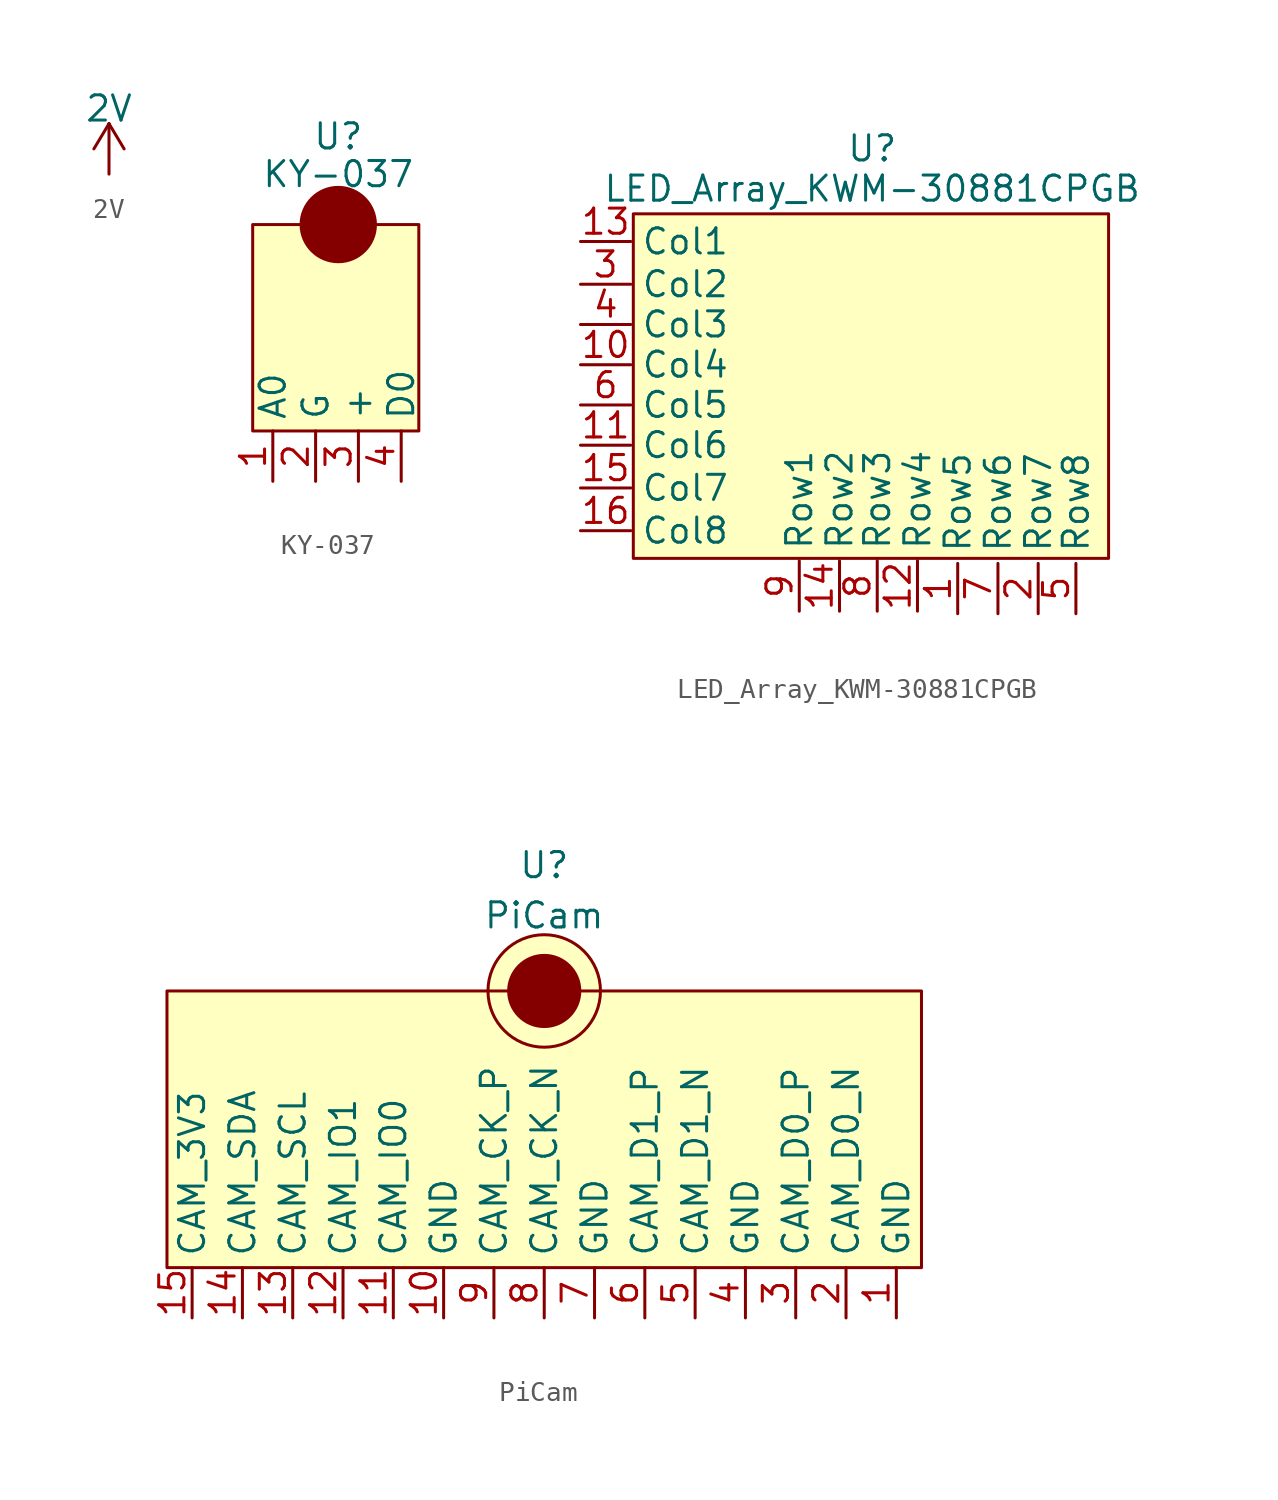
<source format=kicad_sym>
(kicad_symbol_lib
  (version 20211014)
  (generator kicad_symbol_editor)
  (symbol "2V"
    (property "Reference" "PWR#"
      (at -3.937 1.016 0)
      (effects (font (size 1.27 1.27)) hide))
    (property "Value" "2V"
      (at 0 2.159 0)
      (effects (font (size 1.27 1.27))))
    (symbol "2V_0_1"
      (polyline (pts (xy -0.762 0.127) (xy 0 1.397)) (stroke (width 0) (type default) (color 0 0 0 0)) (fill (type none)))
      (polyline (pts (xy 0 -1.143) (xy 0 1.397)) (stroke (width 0) (type default) (color 0 0 0 0)) (fill (type none)))
      (polyline (pts (xy 0 1.397) (xy 0.762 0.127)) (stroke (width 0) (type default) (color 0 0 0 0)) (fill (type none))))
    (symbol "2V_1_1"
      (pin power_in line (at 0 -1.143 90) (length 0) hide (name "+1V0" (effects (font (size 1.27 1.27)))) (number "1" (effects (font (size 1.27 1.27)))))))
  (symbol "KY-037"
    (property "Reference" "U"
      (at 0 9.906 0)
      (effects (font (size 1.27 1.27))))
    (property "Value" "KY-037"
      (at 0 8.001 0)
      (effects (font (size 1.27 1.27))))
    (symbol "KY-037_0_1"
      (rectangle (start -4.318 5.461) (end 4.064 -4.953) (stroke (width 0) (type default) (color 0 0 0 0)) (fill (type background)))
      (circle (center 0 5.461) (radius 1.875) (stroke (width 0) (type default) (color 0 0 0 0)) (fill (type outline))))
    (symbol "KY-037_1_1"
      (pin input line (at -3.302 -7.493 90) (length 2.54) (name "A0" (effects (font (size 1.27 1.27)))) (number "1" (effects (font (size 1.27 1.27)))))
      (pin input line (at -1.143 -7.493 90) (length 2.54) (name "G" (effects (font (size 1.27 1.27)))) (number "2" (effects (font (size 1.27 1.27)))))
      (pin input line (at 1.016 -7.493 90) (length 2.54) (name "+" (effects (font (size 1.27 1.27)))) (number "3" (effects (font (size 1.27 1.27)))))
      (pin input line (at 3.175 -7.493 90) (length 2.54) (name "D0" (effects (font (size 1.27 1.27)))) (number "4" (effects (font (size 1.27 1.27)))))))
  (symbol "LED_Array_KWM-30881CPGB"
    (property "Reference" "U"
      (at 0 10.414 0)
      (effects (font (size 1.27 1.27))))
    (property "Value" "LED_Array_KWM-30881CPGB"
      (at 0 8.382 0)
      (effects (font (size 1.27 1.27))))
    (symbol "LED_Array_KWM-30881CPGB_0_0"
      (text "" (at -0.254 -12.7 900) (effects (font (size 1.27 1.27))))
      (text "" (at 2.794 -12.7 900) (effects (font (size 1.27 1.27)))))
    (symbol "LED_Array_KWM-30881CPGB_0_1"
      (rectangle (start 11.938 7.112) (end -12.065 -10.287) (stroke (width 0) (type default) (color 0 0 0 0)) (fill (type background))))
    (symbol "LED_Array_KWM-30881CPGB_1_1"
      (pin input line (at 4.318 -13.081 90) (length 2.54) (name "Row5" (effects (font (size 1.27 1.27)))) (number "1" (effects (font (size 1.27 1.27)))))
      (pin input line (at -14.732 -0.508 0) (length 2.54) (name "Col4" (effects (font (size 1.27 1.27)))) (number "10" (effects (font (size 1.27 1.27)))))
      (pin input line (at -14.732 -4.572 0) (length 2.54) (name "Col6" (effects (font (size 1.27 1.27)))) (number "11" (effects (font (size 1.27 1.27)))))
      (pin input line (at 2.286 -12.954 90) (length 2.54) (name "Row4" (effects (font (size 1.27 1.27)))) (number "12" (effects (font (size 1.27 1.27)))))
      (pin input line (at -14.732 5.715 0) (length 2.54) (name "Col1" (effects (font (size 1.27 1.27)))) (number "13" (effects (font (size 1.27 1.27)))))
      (pin input line (at -1.651 -12.954 90) (length 2.54) (name "Row2" (effects (font (size 1.27 1.27)))) (number "14" (effects (font (size 1.27 1.27)))))
      (pin input line (at -14.732 -6.731 0) (length 2.54) (name "Col7" (effects (font (size 1.27 1.27)))) (number "15" (effects (font (size 1.27 1.27)))))
      (pin input line (at -14.732 -8.89 0) (length 2.54) (name "Col8" (effects (font (size 1.27 1.27)))) (number "16" (effects (font (size 1.27 1.27)))))
      (pin input line (at 8.382 -13.081 90) (length 2.54) (name "Row7" (effects (font (size 1.27 1.27)))) (number "2" (effects (font (size 1.27 1.27)))))
      (pin input line (at -14.732 3.556 0) (length 2.54) (name "Col2" (effects (font (size 1.27 1.27)))) (number "3" (effects (font (size 1.27 1.27)))))
      (pin input line (at -14.732 1.524 0) (length 2.54) (name "Col3" (effects (font (size 1.27 1.27)))) (number "4" (effects (font (size 1.27 1.27)))))
      (pin input line (at 10.287 -13.081 90) (length 2.54) (name "Row8" (effects (font (size 1.27 1.27)))) (number "5" (effects (font (size 1.27 1.27)))))
      (pin input line (at -14.732 -2.54 0) (length 2.54) (name "Col5" (effects (font (size 1.27 1.27)))) (number "6" (effects (font (size 1.27 1.27)))))
      (pin input line (at 6.35 -13.081 90) (length 2.54) (name "Row6" (effects (font (size 1.27 1.27)))) (number "7" (effects (font (size 1.27 1.27)))))
      (pin input line (at 0.254 -12.954 90) (length 2.54) (name "Row3" (effects (font (size 1.27 1.27)))) (number "8" (effects (font (size 1.27 1.27)))))
      (pin input line (at -3.683 -12.954 90) (length 2.54) (name "Row1" (effects (font (size 1.27 1.27)))) (number "9" (effects (font (size 1.27 1.27)))))))
  (symbol "PiCam"
    (property "Reference" "U"
      (at 0 13.97 0)
      (effects (font (size 1.27 1.27))))
    (property "Value" "PiCam"
      (at 0 11.43 0)
      (effects (font (size 1.27 1.27))))
    (symbol "PiCam_0_1"
      (rectangle (start -19.05 7.62) (end 19.05 -6.35) (stroke (width 0) (type default) (color 0 0 0 0)) (fill (type background)))
      (circle (center 0 7.62) (radius 2.84) (stroke (width 0) (type default) (color 0 0 0 0)) (fill (type background)))
      (circle (center 0 7.62) (radius 1.796) (stroke (width 0) (type default) (color 0 0 0 0)) (fill (type outline))))
    (symbol "PiCam_1_1"
      (pin output line (at 17.78 -8.89 90) (length 2.54) (name "GND" (effects (font (size 1.27 1.27)))) (number "1" (effects (font (size 1.27 1.27)))))
      (pin output line (at -5.08 -8.89 90) (length 2.54) (name "GND" (effects (font (size 1.27 1.27)))) (number "10" (effects (font (size 1.27 1.27)))))
      (pin output line (at -7.62 -8.89 90) (length 2.54) (name "CAM_IO0" (effects (font (size 1.27 1.27)))) (number "11" (effects (font (size 1.27 1.27)))))
      (pin output line (at -10.16 -8.89 90) (length 2.54) (name "CAM_IO1" (effects (font (size 1.27 1.27)))) (number "12" (effects (font (size 1.27 1.27)))))
      (pin output line (at -12.7 -8.89 90) (length 2.54) (name "CAM_SCL" (effects (font (size 1.27 1.27)))) (number "13" (effects (font (size 1.27 1.27)))))
      (pin output line (at -15.24 -8.89 90) (length 2.54) (name "CAM_SDA" (effects (font (size 1.27 1.27)))) (number "14" (effects (font (size 1.27 1.27)))))
      (pin output line (at -17.78 -8.89 90) (length 2.54) (name "CAM_3V3" (effects (font (size 1.27 1.27)))) (number "15" (effects (font (size 1.27 1.27)))))
      (pin output line (at 15.24 -8.89 90) (length 2.54) (name "CAM_D0_N" (effects (font (size 1.27 1.27)))) (number "2" (effects (font (size 1.27 1.27)))))
      (pin output line (at 12.7 -8.89 90) (length 2.54) (name "CAM_D0_P" (effects (font (size 1.27 1.27)))) (number "3" (effects (font (size 1.27 1.27)))))
      (pin output line (at 10.16 -8.89 90) (length 2.54) (name "GND" (effects (font (size 1.27 1.27)))) (number "4" (effects (font (size 1.27 1.27)))))
      (pin output line (at 7.62 -8.89 90) (length 2.54) (name "CAM_D1_N" (effects (font (size 1.27 1.27)))) (number "5" (effects (font (size 1.27 1.27)))))
      (pin output line (at 5.08 -8.89 90) (length 2.54) (name "CAM_D1_P" (effects (font (size 1.27 1.27)))) (number "6" (effects (font (size 1.27 1.27)))))
      (pin output line (at 2.54 -8.89 90) (length 2.54) (name "GND" (effects (font (size 1.27 1.27)))) (number "7" (effects (font (size 1.27 1.27)))))
      (pin output line (at 0 -8.89 90) (length 2.54) (name "CAM_CK_N" (effects (font (size 1.27 1.27)))) (number "8" (effects (font (size 1.27 1.27)))))
      (pin output line (at -2.54 -8.89 90) (length 2.54) (name "CAM_CK_P" (effects (font (size 1.27 1.27)))) (number "9" (effects (font (size 1.27 1.27))))))))
</source>
